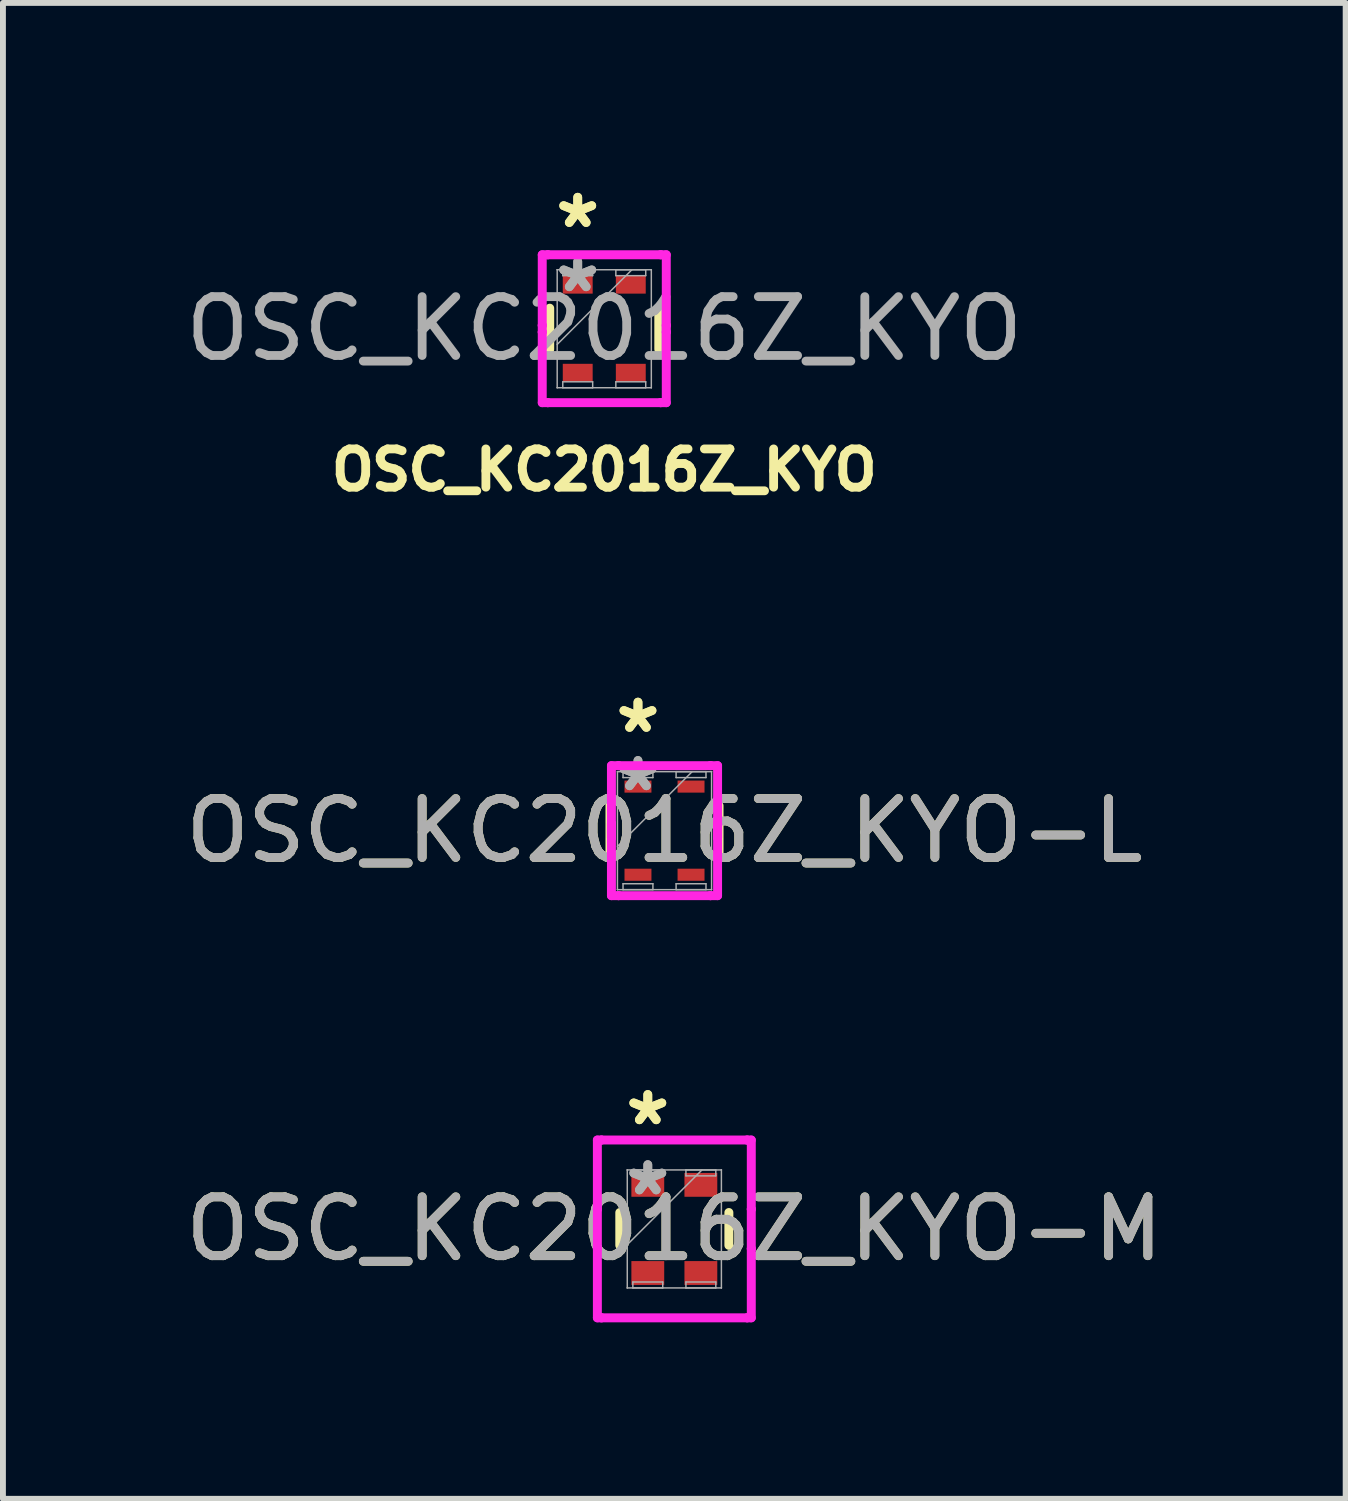
<source format=kicad_pcb>
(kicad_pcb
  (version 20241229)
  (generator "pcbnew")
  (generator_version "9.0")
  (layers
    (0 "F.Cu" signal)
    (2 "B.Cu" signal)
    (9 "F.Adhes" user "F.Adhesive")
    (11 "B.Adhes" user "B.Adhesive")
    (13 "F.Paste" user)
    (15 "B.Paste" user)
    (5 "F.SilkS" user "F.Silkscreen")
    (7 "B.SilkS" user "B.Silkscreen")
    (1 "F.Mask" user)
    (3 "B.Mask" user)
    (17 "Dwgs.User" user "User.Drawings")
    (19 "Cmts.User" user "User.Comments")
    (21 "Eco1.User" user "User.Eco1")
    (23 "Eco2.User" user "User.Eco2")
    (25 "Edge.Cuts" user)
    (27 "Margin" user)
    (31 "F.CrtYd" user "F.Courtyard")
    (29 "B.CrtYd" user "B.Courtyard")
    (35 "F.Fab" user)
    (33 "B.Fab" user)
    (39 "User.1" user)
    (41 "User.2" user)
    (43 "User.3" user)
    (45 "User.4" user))
  (footprint "OSC_KC2016Z_KYO-M"
    (layer "F.Cu")
    (at 8.411 17.837)
    (property "Reference" "OSC_KC2016Z_KYO-M" (at 0 0 0) (unlocked yes) (layer "F.SilkS") (effects (font (size 1 1) (thickness 0.15))))
    (attr smd)
    (fp_line (start -0.927 -0.279) (end -0.927 0.279) (stroke (width 0.152) (type solid)) (layer "F.SilkS"))
    (fp_line (start 0.927 0.279) (end 0.927 -0.279) (stroke (width 0.152) (type solid)) (layer "F.SilkS"))
    (fp_line (start -1.308 -1.511) (end -1.238 -1.511) (stroke (width 0.152) (type solid)) (layer "F.CrtYd"))
    (fp_line (start -1.308 -0.336) (end -1.308 -1.511) (stroke (width 0.152) (type solid)) (layer "F.CrtYd"))
    (fp_line (start -1.308 -0.336) (end -1.308 -0.336) (stroke (width 0.152) (type solid)) (layer "F.CrtYd"))
    (fp_line (start -1.308 0.336) (end -1.308 -0.336) (stroke (width 0.152) (type solid)) (layer "F.CrtYd"))
    (fp_line (start -1.308 0.336) (end -1.308 0.336) (stroke (width 0.152) (type solid)) (layer "F.CrtYd"))
    (fp_line (start -1.308 1.511) (end -1.308 0.336) (stroke (width 0.152) (type solid)) (layer "F.CrtYd"))
    (fp_line (start -1.238 -1.511) (end -1.238 -1.511) (stroke (width 0.152) (type solid)) (layer "F.CrtYd"))
    (fp_line (start -1.238 -1.511) (end 1.238 -1.511) (stroke (width 0.152) (type solid)) (layer "F.CrtYd"))
    (fp_line (start -1.238 1.511) (end -1.308 1.511) (stroke (width 0.152) (type solid)) (layer "F.CrtYd"))
    (fp_line (start -1.238 1.511) (end -1.238 1.511) (stroke (width 0.152) (type solid)) (layer "F.CrtYd"))
    (fp_line (start 1.238 -1.511) (end 1.238 -1.511) (stroke (width 0.152) (type solid)) (layer "F.CrtYd"))
    (fp_line (start 1.238 -1.511) (end 1.308 -1.511) (stroke (width 0.152) (type solid)) (layer "F.CrtYd"))
    (fp_line (start 1.238 1.511) (end -1.238 1.511) (stroke (width 0.152) (type solid)) (layer "F.CrtYd"))
    (fp_line (start 1.238 1.511) (end 1.238 1.511) (stroke (width 0.152) (type solid)) (layer "F.CrtYd"))
    (fp_line (start 1.308 -1.511) (end 1.308 -0.336) (stroke (width 0.152) (type solid)) (layer "F.CrtYd"))
    (fp_line (start 1.308 -0.336) (end 1.308 -0.336) (stroke (width 0.152) (type solid)) (layer "F.CrtYd"))
    (fp_line (start 1.308 -0.336) (end 1.308 0.336) (stroke (width 0.152) (type solid)) (layer "F.CrtYd"))
    (fp_line (start 1.308 0.336) (end 1.308 0.336) (stroke (width 0.152) (type solid)) (layer "F.CrtYd"))
    (fp_line (start 1.308 0.336) (end 1.308 1.511) (stroke (width 0.152) (type solid)) (layer "F.CrtYd"))
    (fp_line (start 1.308 1.511) (end 1.238 1.511) (stroke (width 0.152) (type solid)) (layer "F.CrtYd"))
    (fp_line (start -0.8 -1.003) (end -0.8 -1.003) (stroke (width 0.025) (type solid)) (layer "F.Fab"))
    (fp_line (start -0.8 -1.003) (end -0.8 1.003) (stroke (width 0.025) (type solid)) (layer "F.Fab"))
    (fp_line (start -0.8 0.267) (end 0.47 -1.003) (stroke (width 0.025) (type solid)) (layer "F.Fab"))
    (fp_line (start -0.8 1.003) (end -0.8 1.003) (stroke (width 0.025) (type solid)) (layer "F.Fab"))
    (fp_line (start -0.8 1.003) (end 0.8 1.003) (stroke (width 0.025) (type solid)) (layer "F.Fab"))
    (fp_line (start -0.705 -1.003) (end -0.197 -1.003) (stroke (width 0.025) (type solid)) (layer "F.Fab"))
    (fp_line (start -0.705 -0.902) (end -0.705 -1.003) (stroke (width 0.025) (type solid)) (layer "F.Fab"))
    (fp_line (start -0.705 0.902) (end -0.197 0.902) (stroke (width 0.025) (type solid)) (layer "F.Fab"))
    (fp_line (start -0.705 1.003) (end -0.705 0.902) (stroke (width 0.025) (type solid)) (layer "F.Fab"))
    (fp_line (start -0.197 -1.003) (end -0.197 -0.902) (stroke (width 0.025) (type solid)) (layer "F.Fab"))
    (fp_line (start -0.197 -0.902) (end -0.705 -0.902) (stroke (width 0.025) (type solid)) (layer "F.Fab"))
    (fp_line (start -0.197 0.902) (end -0.197 1.003) (stroke (width 0.025) (type solid)) (layer "F.Fab"))
    (fp_line (start -0.197 1.003) (end -0.705 1.003) (stroke (width 0.025) (type solid)) (layer "F.Fab"))
    (fp_line (start 0.197 -1.003) (end 0.705 -1.003) (stroke (width 0.025) (type solid)) (layer "F.Fab"))
    (fp_line (start 0.197 -0.902) (end 0.197 -1.003) (stroke (width 0.025) (type solid)) (layer "F.Fab"))
    (fp_line (start 0.197 0.902) (end 0.705 0.902) (stroke (width 0.025) (type solid)) (layer "F.Fab"))
    (fp_line (start 0.197 1.003) (end 0.197 0.902) (stroke (width 0.025) (type solid)) (layer "F.Fab"))
    (fp_line (start 0.705 -1.003) (end 0.705 -0.902) (stroke (width 0.025) (type solid)) (layer "F.Fab"))
    (fp_line (start 0.705 -0.902) (end 0.197 -0.902) (stroke (width 0.025) (type solid)) (layer "F.Fab"))
    (fp_line (start 0.705 0.902) (end 0.705 1.003) (stroke (width 0.025) (type solid)) (layer "F.Fab"))
    (fp_line (start 0.705 1.003) (end 0.197 1.003) (stroke (width 0.025) (type solid)) (layer "F.Fab"))
    (fp_line (start 0.8 -1.003) (end -0.8 -1.003) (stroke (width 0.025) (type solid)) (layer "F.Fab"))
    (fp_line (start 0.8 -1.003) (end 0.8 -1.003) (stroke (width 0.025) (type solid)) (layer "F.Fab"))
    (fp_line (start 0.8 1.003) (end 0.8 -1.003) (stroke (width 0.025) (type solid)) (layer "F.Fab"))
    (fp_line (start 0.8 1.003) (end 0.8 1.003) (stroke (width 0.025) (type solid)) (layer "F.Fab"))
    (fp_text user "*" (at -0.451 -1.739 0) (layer "F.SilkS") (effects (font (size 1 1) (thickness 0.15))))
    (fp_text user "*" (at -0.451 -1.739 0) (unlocked yes) (layer "F.SilkS") (effects (font (size 1 1) (thickness 0.15))))
    (fp_text user "*" (at -0.451 -0.547 0) (layer "F.Fab") (effects (font (size 1 1) (thickness 0.15))))
    (fp_text user "*" (at -0.451 -0.547 0) (unlocked yes) (layer "F.Fab") (effects (font (size 1 1) (thickness 0.15))))
    (fp_text user "${REFERENCE}" (at 0 0 0) (unlocked yes) (layer "F.Fab") (effects (font (size 1 1) (thickness 0.15))))
    (pad "1" smd rect (at -0.451 -0.749) (size 0.558 0.405) (layers "F.Cu" "F.Mask" "F.Paste"))
    (pad "2" smd rect (at -0.451 0.749) (size 0.558 0.405) (layers "F.Cu" "F.Mask" "F.Paste"))
    (pad "3" smd rect (at 0.451 0.749) (size 0.558 0.405) (layers "F.Cu" "F.Mask" "F.Paste"))
    (pad "4" smd rect (at 0.451 -0.749) (size 0.558 0.405) (layers "F.Cu" "F.Mask" "F.Paste")))
  (footprint "OSC_KC2016Z_KYO"
    (layer "F.Cu")
    (at 7.22 2.537)
    (property "Reference" "OSC_KC2016Z_KYO" (at 0 2.4 0) (unlocked yes) (layer "F.SilkS") (effects (font (size 0.65 0.65) (thickness 0.15))))
    (attr smd)
    (fp_line (start -0.927 -0.349) (end -0.927 0.349) (stroke (width 0.152) (type solid)) (layer "F.SilkS"))
    (fp_line (start 0.927 0.349) (end 0.927 -0.349) (stroke (width 0.152) (type solid)) (layer "F.SilkS"))
    (fp_line (start -1.054 -1.257) (end -0.959 -1.257) (stroke (width 0.152) (type solid)) (layer "F.CrtYd"))
    (fp_line (start -1.054 -0.057) (end -1.054 -1.257) (stroke (width 0.152) (type solid)) (layer "F.CrtYd"))
    (fp_line (start -1.054 -0.057) (end -1.054 -0.057) (stroke (width 0.152) (type solid)) (layer "F.CrtYd"))
    (fp_line (start -1.054 0.057) (end -1.054 -0.057) (stroke (width 0.152) (type solid)) (layer "F.CrtYd"))
    (fp_line (start -1.054 0.057) (end -1.054 0.057) (stroke (width 0.152) (type solid)) (layer "F.CrtYd"))
    (fp_line (start -1.054 1.257) (end -1.054 0.057) (stroke (width 0.152) (type solid)) (layer "F.CrtYd"))
    (fp_line (start -0.959 -1.257) (end -0.959 -1.257) (stroke (width 0.152) (type solid)) (layer "F.CrtYd"))
    (fp_line (start -0.959 -1.257) (end 0.959 -1.257) (stroke (width 0.152) (type solid)) (layer "F.CrtYd"))
    (fp_line (start -0.959 1.257) (end -1.054 1.257) (stroke (width 0.152) (type solid)) (layer "F.CrtYd"))
    (fp_line (start -0.959 1.257) (end -0.959 1.257) (stroke (width 0.152) (type solid)) (layer "F.CrtYd"))
    (fp_line (start 0.959 -1.257) (end 0.959 -1.257) (stroke (width 0.152) (type solid)) (layer "F.CrtYd"))
    (fp_line (start 0.959 -1.257) (end 1.054 -1.257) (stroke (width 0.152) (type solid)) (layer "F.CrtYd"))
    (fp_line (start 0.959 1.257) (end -0.959 1.257) (stroke (width 0.152) (type solid)) (layer "F.CrtYd"))
    (fp_line (start 0.959 1.257) (end 0.959 1.257) (stroke (width 0.152) (type solid)) (layer "F.CrtYd"))
    (fp_line (start 1.054 -1.257) (end 1.054 -0.057) (stroke (width 0.152) (type solid)) (layer "F.CrtYd"))
    (fp_line (start 1.054 -0.057) (end 1.054 -0.057) (stroke (width 0.152) (type solid)) (layer "F.CrtYd"))
    (fp_line (start 1.054 -0.057) (end 1.054 0.057) (stroke (width 0.152) (type solid)) (layer "F.CrtYd"))
    (fp_line (start 1.054 0.057) (end 1.054 0.057) (stroke (width 0.152) (type solid)) (layer "F.CrtYd"))
    (fp_line (start 1.054 0.057) (end 1.054 1.257) (stroke (width 0.152) (type solid)) (layer "F.CrtYd"))
    (fp_line (start 1.054 1.257) (end 0.959 1.257) (stroke (width 0.152) (type solid)) (layer "F.CrtYd"))
    (fp_line (start -0.8 -1.003) (end -0.8 -1.003) (stroke (width 0.025) (type solid)) (layer "F.Fab"))
    (fp_line (start -0.8 -1.003) (end -0.8 1.003) (stroke (width 0.025) (type solid)) (layer "F.Fab"))
    (fp_line (start -0.8 0.267) (end 0.47 -1.003) (stroke (width 0.025) (type solid)) (layer "F.Fab"))
    (fp_line (start -0.8 1.003) (end -0.8 1.003) (stroke (width 0.025) (type solid)) (layer "F.Fab"))
    (fp_line (start -0.8 1.003) (end 0.8 1.003) (stroke (width 0.025) (type solid)) (layer "F.Fab"))
    (fp_line (start -0.705 -1.003) (end -0.197 -1.003) (stroke (width 0.025) (type solid)) (layer "F.Fab"))
    (fp_line (start -0.705 -0.902) (end -0.705 -1.003) (stroke (width 0.025) (type solid)) (layer "F.Fab"))
    (fp_line (start -0.705 0.902) (end -0.197 0.902) (stroke (width 0.025) (type solid)) (layer "F.Fab"))
    (fp_line (start -0.705 1.003) (end -0.705 0.902) (stroke (width 0.025) (type solid)) (layer "F.Fab"))
    (fp_line (start -0.197 -1.003) (end -0.197 -0.902) (stroke (width 0.025) (type solid)) (layer "F.Fab"))
    (fp_line (start -0.197 -0.902) (end -0.705 -0.902) (stroke (width 0.025) (type solid)) (layer "F.Fab"))
    (fp_line (start -0.197 0.902) (end -0.197 1.003) (stroke (width 0.025) (type solid)) (layer "F.Fab"))
    (fp_line (start -0.197 1.003) (end -0.705 1.003) (stroke (width 0.025) (type solid)) (layer "F.Fab"))
    (fp_line (start 0.197 -1.003) (end 0.705 -1.003) (stroke (width 0.025) (type solid)) (layer "F.Fab"))
    (fp_line (start 0.197 -0.902) (end 0.197 -1.003) (stroke (width 0.025) (type solid)) (layer "F.Fab"))
    (fp_line (start 0.197 0.902) (end 0.705 0.902) (stroke (width 0.025) (type solid)) (layer "F.Fab"))
    (fp_line (start 0.197 1.003) (end 0.197 0.902) (stroke (width 0.025) (type solid)) (layer "F.Fab"))
    (fp_line (start 0.705 -1.003) (end 0.705 -0.902) (stroke (width 0.025) (type solid)) (layer "F.Fab"))
    (fp_line (start 0.705 -0.902) (end 0.197 -0.902) (stroke (width 0.025) (type solid)) (layer "F.Fab"))
    (fp_line (start 0.705 0.902) (end 0.705 1.003) (stroke (width 0.025) (type solid)) (layer "F.Fab"))
    (fp_line (start 0.705 1.003) (end 0.197 1.003) (stroke (width 0.025) (type solid)) (layer "F.Fab"))
    (fp_line (start 0.8 -1.003) (end -0.8 -1.003) (stroke (width 0.025) (type solid)) (layer "F.Fab"))
    (fp_line (start 0.8 -1.003) (end 0.8 -1.003) (stroke (width 0.025) (type solid)) (layer "F.Fab"))
    (fp_line (start 0.8 1.003) (end 0.8 -1.003) (stroke (width 0.025) (type solid)) (layer "F.Fab"))
    (fp_line (start 0.8 1.003) (end 0.8 1.003) (stroke (width 0.025) (type solid)) (layer "F.Fab"))
    (fp_text user "*" (at -0.451 -1.689 0) (layer "F.SilkS") (effects (font (size 1 1) (thickness 0.15))))
    (fp_text user "*" (at -0.451 -1.689 0) (unlocked yes) (layer "F.SilkS") (effects (font (size 1 1) (thickness 0.15))))
    (fp_text user "*" (at -0.451 -0.597 0) (unlocked yes) (layer "F.Fab") (effects (font (size 1 1) (thickness 0.15))))
    (fp_text user "${REFERENCE}" (at 0 0 0) (unlocked yes) (layer "F.Fab") (effects (font (size 1 1) (thickness 0.15))))
    (fp_text user "*" (at -0.451 -0.597 0) (layer "F.Fab") (effects (font (size 1 1) (thickness 0.15))))
    (pad "1" smd rect (at -0.451 -0.749) (size 0.508 0.305) (layers "F.Cu" "F.Mask" "F.Paste"))
    (pad "2" smd rect (at -0.451 0.749) (size 0.508 0.305) (layers "F.Cu" "F.Mask" "F.Paste"))
    (pad "3" smd rect (at 0.451 0.749) (size 0.508 0.305) (layers "F.Cu" "F.Mask" "F.Paste"))
    (pad "4" smd rect (at 0.451 -0.749) (size 0.508 0.305) (layers "F.Cu" "F.Mask" "F.Paste")))
  (footprint "OSC_KC2016Z_KYO-L"
    (layer "F.Cu")
    (at 8.244 11.068)
    (property "Reference" "OSC_KC2016Z_KYO-L" (at 0 0 0) (unlocked yes) (layer "F.SilkS") (effects (font (size 1 1) (thickness 0.15))))
    (attr smd)
    (fp_line (start -0.927 -0.424) (end -0.927 0.424) (stroke (width 0.152) (type solid)) (layer "F.SilkS"))
    (fp_line (start 0.927 0.424) (end 0.927 -0.424) (stroke (width 0.152) (type solid)) (layer "F.SilkS"))
    (fp_line (start -0.902 -1.105) (end -0.781 -1.105) (stroke (width 0.152) (type solid)) (layer "F.CrtYd"))
    (fp_line (start -0.902 -0.12) (end -0.902 -0.12) (stroke (width 0.152) (type solid)) (layer "F.CrtYd"))
    (fp_line (start -0.902 -0.12) (end -0.902 0.12) (stroke (width 0.152) (type solid)) (layer "F.CrtYd"))
    (fp_line (start -0.902 0.12) (end -0.902 -1.105) (stroke (width 0.152) (type solid)) (layer "F.CrtYd"))
    (fp_line (start -0.902 0.12) (end -0.902 0.12) (stroke (width 0.152) (type solid)) (layer "F.CrtYd"))
    (fp_line (start -0.902 1.105) (end -0.902 -0.12) (stroke (width 0.152) (type solid)) (layer "F.CrtYd"))
    (fp_line (start -0.781 -1.105) (end -0.781 -1.105) (stroke (width 0.152) (type solid)) (layer "F.CrtYd"))
    (fp_line (start -0.781 -1.105) (end 0.781 -1.105) (stroke (width 0.152) (type solid)) (layer "F.CrtYd"))
    (fp_line (start -0.781 1.105) (end -0.902 1.105) (stroke (width 0.152) (type solid)) (layer "F.CrtYd"))
    (fp_line (start -0.781 1.105) (end -0.781 1.105) (stroke (width 0.152) (type solid)) (layer "F.CrtYd"))
    (fp_line (start 0.781 -1.105) (end 0.781 -1.105) (stroke (width 0.152) (type solid)) (layer "F.CrtYd"))
    (fp_line (start 0.781 -1.105) (end 0.902 -1.105) (stroke (width 0.152) (type solid)) (layer "F.CrtYd"))
    (fp_line (start 0.781 1.105) (end -0.781 1.105) (stroke (width 0.152) (type solid)) (layer "F.CrtYd"))
    (fp_line (start 0.781 1.105) (end 0.781 1.105) (stroke (width 0.152) (type solid)) (layer "F.CrtYd"))
    (fp_line (start 0.902 -1.105) (end 0.902 0.12) (stroke (width 0.152) (type solid)) (layer "F.CrtYd"))
    (fp_line (start 0.902 -0.12) (end 0.902 -0.12) (stroke (width 0.152) (type solid)) (layer "F.CrtYd"))
    (fp_line (start 0.902 -0.12) (end 0.902 1.105) (stroke (width 0.152) (type solid)) (layer "F.CrtYd"))
    (fp_line (start 0.902 0.12) (end 0.902 -0.12) (stroke (width 0.152) (type solid)) (layer "F.CrtYd"))
    (fp_line (start 0.902 0.12) (end 0.902 0.12) (stroke (width 0.152) (type solid)) (layer "F.CrtYd"))
    (fp_line (start 0.902 1.105) (end 0.781 1.105) (stroke (width 0.152) (type solid)) (layer "F.CrtYd"))
    (fp_line (start -0.8 -1.003) (end -0.8 -1.003) (stroke (width 0.025) (type solid)) (layer "F.Fab"))
    (fp_line (start -0.8 -1.003) (end -0.8 1.003) (stroke (width 0.025) (type solid)) (layer "F.Fab"))
    (fp_line (start -0.8 0.267) (end 0.47 -1.003) (stroke (width 0.025) (type solid)) (layer "F.Fab"))
    (fp_line (start -0.8 1.003) (end -0.8 1.003) (stroke (width 0.025) (type solid)) (layer "F.Fab"))
    (fp_line (start -0.8 1.003) (end 0.8 1.003) (stroke (width 0.025) (type solid)) (layer "F.Fab"))
    (fp_line (start -0.705 -1.003) (end -0.197 -1.003) (stroke (width 0.025) (type solid)) (layer "F.Fab"))
    (fp_line (start -0.705 -0.902) (end -0.705 -1.003) (stroke (width 0.025) (type solid)) (layer "F.Fab"))
    (fp_line (start -0.705 0.902) (end -0.197 0.902) (stroke (width 0.025) (type solid)) (layer "F.Fab"))
    (fp_line (start -0.705 1.003) (end -0.705 0.902) (stroke (width 0.025) (type solid)) (layer "F.Fab"))
    (fp_line (start -0.197 -1.003) (end -0.197 -0.902) (stroke (width 0.025) (type solid)) (layer "F.Fab"))
    (fp_line (start -0.197 -0.902) (end -0.705 -0.902) (stroke (width 0.025) (type solid)) (layer "F.Fab"))
    (fp_line (start -0.197 0.902) (end -0.197 1.003) (stroke (width 0.025) (type solid)) (layer "F.Fab"))
    (fp_line (start -0.197 1.003) (end -0.705 1.003) (stroke (width 0.025) (type solid)) (layer "F.Fab"))
    (fp_line (start 0.197 -1.003) (end 0.705 -1.003) (stroke (width 0.025) (type solid)) (layer "F.Fab"))
    (fp_line (start 0.197 -0.902) (end 0.197 -1.003) (stroke (width 0.025) (type solid)) (layer "F.Fab"))
    (fp_line (start 0.197 0.902) (end 0.705 0.902) (stroke (width 0.025) (type solid)) (layer "F.Fab"))
    (fp_line (start 0.197 1.003) (end 0.197 0.902) (stroke (width 0.025) (type solid)) (layer "F.Fab"))
    (fp_line (start 0.705 -1.003) (end 0.705 -0.902) (stroke (width 0.025) (type solid)) (layer "F.Fab"))
    (fp_line (start 0.705 -0.902) (end 0.197 -0.902) (stroke (width 0.025) (type solid)) (layer "F.Fab"))
    (fp_line (start 0.705 0.902) (end 0.705 1.003) (stroke (width 0.025) (type solid)) (layer "F.Fab"))
    (fp_line (start 0.705 1.003) (end 0.197 1.003) (stroke (width 0.025) (type solid)) (layer "F.Fab"))
    (fp_line (start 0.8 -1.003) (end -0.8 -1.003) (stroke (width 0.025) (type solid)) (layer "F.Fab"))
    (fp_line (start 0.8 -1.003) (end 0.8 -1.003) (stroke (width 0.025) (type solid)) (layer "F.Fab"))
    (fp_line (start 0.8 1.003) (end 0.8 -1.003) (stroke (width 0.025) (type solid)) (layer "F.Fab"))
    (fp_line (start 0.8 1.003) (end 0.8 1.003) (stroke (width 0.025) (type solid)) (layer "F.Fab"))
    (fp_text user "*" (at -0.451 -1.639 0) (layer "F.SilkS") (effects (font (size 1 1) (thickness 0.15))))
    (fp_text user "*" (at -0.451 -1.639 0) (unlocked yes) (layer "F.SilkS") (effects (font (size 1 1) (thickness 0.15))))
    (fp_text user "*" (at -0.451 -0.647 0) (layer "F.Fab") (effects (font (size 1 1) (thickness 0.15))))
    (fp_text user "${REFERENCE}" (at 0 0 0) (unlocked yes) (layer "F.Fab") (effects (font (size 1 1) (thickness 0.15))))
    (fp_text user "*" (at -0.451 -0.647 0) (unlocked yes) (layer "F.Fab") (effects (font (size 1 1) (thickness 0.15))))
    (pad "1" smd rect (at -0.451 -0.749) (size 0.458 0.205) (layers "F.Cu" "F.Mask" "F.Paste"))
    (pad "2" smd rect (at -0.451 0.749) (size 0.458 0.205) (layers "F.Cu" "F.Mask" "F.Paste"))
    (pad "3" smd rect (at 0.451 0.749) (size 0.458 0.205) (layers "F.Cu" "F.Mask" "F.Paste"))
    (pad "4" smd rect (at 0.451 -0.749) (size 0.458 0.205) (layers "F.Cu" "F.Mask" "F.Paste")))
  (gr_rect
    (start -3 -3)
    (end 19.821 22.424)
    (stroke (width 0.1) (type default))
    (fill no)
    (layer "Edge.Cuts")))
</source>
